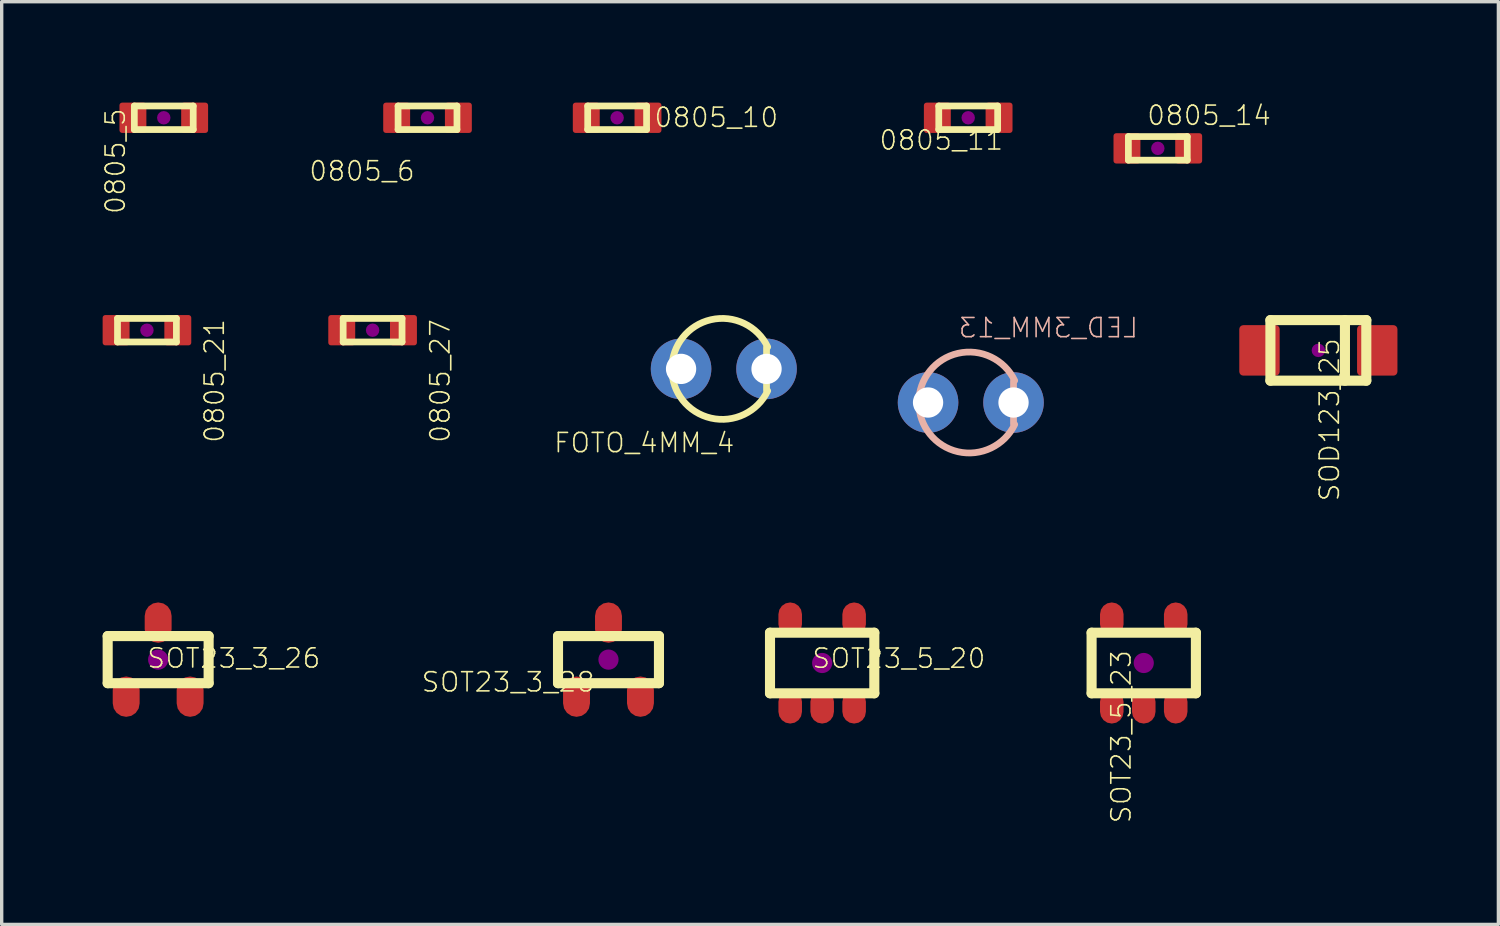
<source format=kicad_pcb>
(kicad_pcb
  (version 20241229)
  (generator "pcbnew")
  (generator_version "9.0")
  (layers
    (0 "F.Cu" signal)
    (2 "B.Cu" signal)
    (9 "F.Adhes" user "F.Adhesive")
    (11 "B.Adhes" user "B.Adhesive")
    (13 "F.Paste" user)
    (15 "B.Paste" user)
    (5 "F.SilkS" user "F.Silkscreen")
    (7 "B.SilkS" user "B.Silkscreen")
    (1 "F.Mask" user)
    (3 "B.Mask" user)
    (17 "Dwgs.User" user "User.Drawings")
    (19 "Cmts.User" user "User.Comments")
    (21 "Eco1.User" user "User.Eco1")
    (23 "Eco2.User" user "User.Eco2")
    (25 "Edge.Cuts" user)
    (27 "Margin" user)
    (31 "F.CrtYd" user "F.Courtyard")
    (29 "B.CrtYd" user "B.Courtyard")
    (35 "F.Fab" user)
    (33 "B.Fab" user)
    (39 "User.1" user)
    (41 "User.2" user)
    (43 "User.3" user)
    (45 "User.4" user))
  (footprint "SOT23_3_26"
    (layer "F.Cu")
    (at 1.65 16.553)
    (property "Reference" "SOT23_3_26" (at -0.362 0.291 0) (layer "F.SilkS") (effects (font (size 0.57 0.57) (thickness 0.048)) (justify left bottom)))
    (attr through_hole)
    (fp_poly (pts (xy -1.35 1.3) (xy -1.32 1.453) (xy -1.233 1.583) (xy -1.103 1.67) (xy -0.95 1.7) (xy -0.797 1.67) (xy -0.667 1.583) (xy -0.58 1.453) (xy -0.55 1.3) (xy -0.55 0.9) (xy -0.58 0.747) (xy -0.667 0.617) (xy -0.797 0.53) (xy -0.95 0.5) (xy -1.103 0.53) (xy -1.233 0.617) (xy -1.32 0.747) (xy -1.35 0.9)) (stroke (width 0) (type solid)) (fill yes) (layer "F.Cu"))
    (fp_poly (pts (xy -0.4 -0.9) (xy -0.37 -0.747) (xy -0.283 -0.617) (xy -0.153 -0.53) (xy 0 -0.5) (xy 0.153 -0.53) (xy 0.283 -0.617) (xy 0.37 -0.747) (xy 0.4 -0.9) (xy 0.4 -1.3) (xy 0.37 -1.453) (xy 0.283 -1.583) (xy 0.153 -1.67) (xy 0 -1.7) (xy -0.153 -1.67) (xy -0.283 -1.583) (xy -0.37 -1.453) (xy -0.4 -1.3)) (stroke (width 0) (type solid)) (fill yes) (layer "F.Cu"))
    (fp_poly (pts (xy 0.55 1.3) (xy 0.58 1.453) (xy 0.667 1.583) (xy 0.797 1.67) (xy 0.95 1.7) (xy 1.103 1.67) (xy 1.233 1.583) (xy 1.32 1.453) (xy 1.35 1.3) (xy 1.35 0.9) (xy 1.32 0.747) (xy 1.233 0.617) (xy 1.103 0.53) (xy 0.95 0.5) (xy 0.797 0.53) (xy 0.667 0.617) (xy 0.58 0.747) (xy 0.55 0.9)) (stroke (width 0) (type solid)) (fill yes) (layer "F.Cu"))
    (fp_line (start -1.5 -0.7) (end 1.5 -0.7) (stroke (width 0.3) (type solid)) (layer "F.SilkS"))
    (fp_line (start -1.5 0.7) (end -1.5 -0.7) (stroke (width 0.3) (type solid)) (layer "F.SilkS"))
    (fp_line (start 1.5 -0.7) (end 1.5 0.7) (stroke (width 0.3) (type solid)) (layer "F.SilkS"))
    (fp_line (start 1.5 0.7) (end -1.5 0.7) (stroke (width 0.3) (type solid)) (layer "F.SilkS"))
    (fp_circle (center 0 0) (end 0.15 0) (stroke (width 0.3) (type solid)) (fill no) (layer "F.Adhes"))
    (pad "1" smd rect (at -0.95 1.1) (size 0.4 0.6) (layers "F.Cu" "F.Mask"))
    (pad "2" smd rect (at 0.95 1.1) (size 0.4 0.6) (layers "F.Cu" "F.Mask"))
    (pad "3" smd rect (at 0 -1.1) (size 0.4 0.6) (layers "F.Cu" "F.Mask")))
  (footprint "FOTO_4MM_4"
    (layer "F.Cu")
    (at 18.46 7.913)
    (property "Reference" "FOTO_4MM_4" (at 0.354 2.53 0) (layer "F.SilkS") (effects (font (size 0.57 0.57) (thickness 0.048)) (justify right bottom)))
    (attr through_hole)
    (fp_line (start 1.27 -0.635) (end 1.27 0.635) (stroke (width 0.2) (type solid)) (layer "F.SilkS"))
    (fp_arc (start 1.304933 0.651903) (mid -1.545999 0) (end 1.304933 -0.651904) (stroke (width 0.2) (type solid)) (layer "F.SilkS"))
    (pad "1" thru_hole circle (at -1.27 0) (size 1.8 1.8) (drill 0.9) (layers "*.Cu" "*.Mask"))
    (pad "2" thru_hole circle (at 1.27 0) (size 1.8 1.8) (drill 0.9) (layers "*.Cu" "*.Mask")))
  (footprint "SOT23_5_20"
    (layer "F.Cu")
    (at 21.383 16.653)
    (property "Reference" "SOT23_5_20" (at -0.33 0.197 0) (layer "F.SilkS") (effects (font (size 0.57 0.57) (thickness 0.048)) (justify left bottom)))
    (attr through_hole)
    (fp_poly (pts (xy -0.6 -1.45) (xy -0.627 -1.584) (xy -0.703 -1.697) (xy -0.816 -1.773) (xy -0.95 -1.8) (xy -1.084 -1.773) (xy -1.197 -1.697) (xy -1.273 -1.584) (xy -1.3 -1.45) (xy -1.3 -1.15) (xy -1.273 -1.016) (xy -1.197 -0.903) (xy -1.084 -0.827) (xy -0.95 -0.8) (xy -0.816 -0.827) (xy -0.703 -0.903) (xy -0.627 -1.016) (xy -0.6 -1.15)) (stroke (width 0) (type solid)) (fill yes) (layer "F.Cu"))
    (fp_poly (pts (xy -0.6 1.15) (xy -0.627 1.016) (xy -0.703 0.903) (xy -0.816 0.827) (xy -0.95 0.8) (xy -1.084 0.827) (xy -1.197 0.903) (xy -1.273 1.016) (xy -1.3 1.15) (xy -1.3 1.45) (xy -1.273 1.584) (xy -1.197 1.697) (xy -1.084 1.773) (xy -0.95 1.8) (xy -0.816 1.773) (xy -0.703 1.697) (xy -0.627 1.584) (xy -0.6 1.45)) (stroke (width 0) (type solid)) (fill yes) (layer "F.Cu"))
    (fp_poly (pts (xy 0.35 1.15) (xy 0.323 1.016) (xy 0.247 0.903) (xy 0.134 0.827) (xy 0 0.8) (xy -0.134 0.827) (xy -0.247 0.903) (xy -0.323 1.016) (xy -0.35 1.15) (xy -0.35 1.45) (xy -0.323 1.584) (xy -0.247 1.697) (xy -0.134 1.773) (xy 0 1.8) (xy 0.134 1.773) (xy 0.247 1.697) (xy 0.323 1.584) (xy 0.35 1.45)) (stroke (width 0) (type solid)) (fill yes) (layer "F.Cu"))
    (fp_poly (pts (xy 1.3 -1.45) (xy 1.273 -1.584) (xy 1.197 -1.697) (xy 1.084 -1.773) (xy 0.95 -1.8) (xy 0.816 -1.773) (xy 0.703 -1.697) (xy 0.627 -1.584) (xy 0.6 -1.45) (xy 0.6 -1.15) (xy 0.627 -1.016) (xy 0.703 -0.903) (xy 0.816 -0.827) (xy 0.95 -0.8) (xy 1.084 -0.827) (xy 1.197 -0.903) (xy 1.273 -1.016) (xy 1.3 -1.15)) (stroke (width 0) (type solid)) (fill yes) (layer "F.Cu"))
    (fp_poly (pts (xy 1.3 1.15) (xy 1.273 1.016) (xy 1.197 0.903) (xy 1.084 0.827) (xy 0.95 0.8) (xy 0.816 0.827) (xy 0.703 0.903) (xy 0.627 1.016) (xy 0.6 1.15) (xy 0.6 1.45) (xy 0.627 1.584) (xy 0.703 1.697) (xy 0.816 1.773) (xy 0.95 1.8) (xy 1.084 1.773) (xy 1.197 1.697) (xy 1.273 1.584) (xy 1.3 1.45)) (stroke (width 0) (type solid)) (fill yes) (layer "F.Cu"))
    (fp_line (start -1.55 -0.9) (end 1.55 -0.9) (stroke (width 0.3) (type solid)) (layer "F.SilkS"))
    (fp_line (start -1.55 0.9) (end -1.55 -0.9) (stroke (width 0.3) (type solid)) (layer "F.SilkS"))
    (fp_line (start 1.55 -0.9) (end 1.55 0.9) (stroke (width 0.3) (type solid)) (layer "F.SilkS"))
    (fp_line (start 1.55 0.9) (end -1.55 0.9) (stroke (width 0.3) (type solid)) (layer "F.SilkS"))
    (fp_circle (center 0 0) (end 0.15 0) (stroke (width 0.3) (type solid)) (fill no) (layer "F.Adhes"))
    (pad "1" smd rect (at -0.95 1.3 180) (size 0.35 0.5) (layers "F.Cu" "F.Mask"))
    (pad "2" smd rect (at 0 1.3 180) (size 0.35 0.5) (layers "F.Cu" "F.Mask"))
    (pad "3" smd rect (at 0.95 1.3 180) (size 0.35 0.5) (layers "F.Cu" "F.Mask"))
    (pad "4" smd rect (at 0.95 -1.3 180) (size 0.35 0.5) (layers "F.Cu" "F.Mask"))
    (pad "5" smd rect (at -0.95 -1.3 180) (size 0.35 0.5) (layers "F.Cu" "F.Mask")))
  (footprint "LED_3MM_13"
    (layer "F.Cu")
    (at 25.8 8.912)
    (property "Reference" "LED_3MM_13" (at -0.398 -1.885 0) (layer "B.SilkS") (effects (font (size 0.57 0.57) (thickness 0.048)) (justify right bottom mirror)))
    (attr through_hole)
    (fp_line (start 1.27 -0.635) (end 1.27 0.635) (stroke (width 0.2) (type solid)) (layer "B.SilkS"))
    (fp_arc (start 1.304933 0.651904) (mid -1.546 -0.000002) (end 1.304934 -0.651904) (stroke (width 0.2) (type solid)) (layer "B.SilkS"))
    (pad "1" thru_hole circle (at 1.27 0) (size 1.8 1.8) (drill 0.9) (layers "*.Cu" "*.Mask"))
    (pad "2" thru_hole circle (at -1.27 0) (size 1.8 1.8) (drill 0.9) (layers "*.Cu" "*.Mask")))
  (footprint "SOT23_5_23"
    (layer "F.Cu")
    (at 30.94 16.653)
    (property "Reference" "SOT23_5_23" (at -0.338 -0.419 90) (layer "F.SilkS") (effects (font (size 0.57 0.57) (thickness 0.048)) (justify right bottom)))
    (attr through_hole)
    (fp_poly (pts (xy -0.6 -1.45) (xy -0.627 -1.584) (xy -0.703 -1.697) (xy -0.816 -1.773) (xy -0.95 -1.8) (xy -1.084 -1.773) (xy -1.197 -1.697) (xy -1.273 -1.584) (xy -1.3 -1.45) (xy -1.3 -1.15) (xy -1.273 -1.016) (xy -1.197 -0.903) (xy -1.084 -0.827) (xy -0.95 -0.8) (xy -0.816 -0.827) (xy -0.703 -0.903) (xy -0.627 -1.016) (xy -0.6 -1.15)) (stroke (width 0) (type solid)) (fill yes) (layer "F.Cu"))
    (fp_poly (pts (xy -0.6 1.15) (xy -0.627 1.016) (xy -0.703 0.903) (xy -0.816 0.827) (xy -0.95 0.8) (xy -1.084 0.827) (xy -1.197 0.903) (xy -1.273 1.016) (xy -1.3 1.15) (xy -1.3 1.45) (xy -1.273 1.584) (xy -1.197 1.697) (xy -1.084 1.773) (xy -0.95 1.8) (xy -0.816 1.773) (xy -0.703 1.697) (xy -0.627 1.584) (xy -0.6 1.45)) (stroke (width 0) (type solid)) (fill yes) (layer "F.Cu"))
    (fp_poly (pts (xy 0.35 1.15) (xy 0.323 1.016) (xy 0.247 0.903) (xy 0.134 0.827) (xy 0 0.8) (xy -0.134 0.827) (xy -0.247 0.903) (xy -0.323 1.016) (xy -0.35 1.15) (xy -0.35 1.45) (xy -0.323 1.584) (xy -0.247 1.697) (xy -0.134 1.773) (xy 0 1.8) (xy 0.134 1.773) (xy 0.247 1.697) (xy 0.323 1.584) (xy 0.35 1.45)) (stroke (width 0) (type solid)) (fill yes) (layer "F.Cu"))
    (fp_poly (pts (xy 1.3 -1.45) (xy 1.273 -1.584) (xy 1.197 -1.697) (xy 1.084 -1.773) (xy 0.95 -1.8) (xy 0.816 -1.773) (xy 0.703 -1.697) (xy 0.627 -1.584) (xy 0.6 -1.45) (xy 0.6 -1.15) (xy 0.627 -1.016) (xy 0.703 -0.903) (xy 0.816 -0.827) (xy 0.95 -0.8) (xy 1.084 -0.827) (xy 1.197 -0.903) (xy 1.273 -1.016) (xy 1.3 -1.15)) (stroke (width 0) (type solid)) (fill yes) (layer "F.Cu"))
    (fp_poly (pts (xy 1.3 1.15) (xy 1.273 1.016) (xy 1.197 0.903) (xy 1.084 0.827) (xy 0.95 0.8) (xy 0.816 0.827) (xy 0.703 0.903) (xy 0.627 1.016) (xy 0.6 1.15) (xy 0.6 1.45) (xy 0.627 1.584) (xy 0.703 1.697) (xy 0.816 1.773) (xy 0.95 1.8) (xy 1.084 1.773) (xy 1.197 1.697) (xy 1.273 1.584) (xy 1.3 1.45)) (stroke (width 0) (type solid)) (fill yes) (layer "F.Cu"))
    (fp_line (start -1.55 -0.9) (end 1.55 -0.9) (stroke (width 0.3) (type solid)) (layer "F.SilkS"))
    (fp_line (start -1.55 0.9) (end -1.55 -0.9) (stroke (width 0.3) (type solid)) (layer "F.SilkS"))
    (fp_line (start 1.55 -0.9) (end 1.55 0.9) (stroke (width 0.3) (type solid)) (layer "F.SilkS"))
    (fp_line (start 1.55 0.9) (end -1.55 0.9) (stroke (width 0.3) (type solid)) (layer "F.SilkS"))
    (fp_circle (center 0 0) (end 0.15 0) (stroke (width 0.3) (type solid)) (fill no) (layer "F.Adhes"))
    (pad "1" smd rect (at -0.95 1.3 180) (size 0.35 0.5) (layers "F.Cu" "F.Mask"))
    (pad "2" smd rect (at 0 1.3 180) (size 0.35 0.5) (layers "F.Cu" "F.Mask"))
    (pad "3" smd rect (at 0.95 1.3 180) (size 0.35 0.5) (layers "F.Cu" "F.Mask"))
    (pad "4" smd rect (at 0.95 -1.3 180) (size 0.35 0.5) (layers "F.Cu" "F.Mask"))
    (pad "5" smd rect (at -0.95 -1.3 180) (size 0.35 0.5) (layers "F.Cu" "F.Mask")))
  (footprint "0805_10"
    (layer "F.Cu")
    (at 15.29 0.45)
    (property "Reference" "0805_10" (at 1.069 0.326 0) (layer "F.SilkS") (effects (font (size 0.57 0.57) (thickness 0.048)) (justify left bottom)))
    (attr through_hole)
    (fp_line (start -0.875 -0.35) (end -0.875 0.35) (stroke (width 0.2) (type solid)) (layer "F.SilkS"))
    (fp_line (start -0.875 0.35) (end 0.875 0.35) (stroke (width 0.2) (type solid)) (layer "F.SilkS"))
    (fp_line (start 0.875 -0.35) (end -0.875 -0.35) (stroke (width 0.2) (type solid)) (layer "F.SilkS"))
    (fp_line (start 0.875 -0.35) (end 0.875 0.35) (stroke (width 0.2) (type solid)) (layer "F.SilkS"))
    (fp_circle (center 0 0) (end 0.1 0) (stroke (width 0.2) (type solid)) (fill no) (layer "F.Adhes"))
    (pad "1" smd roundrect (at 0.917 0 270) (size 0.9 0.8) (layers "F.Cu" "F.Mask") (roundrect_rratio 0.1))
    (pad "2" smd roundrect (at -0.917 0 270) (size 0.9 0.8) (layers "F.Cu" "F.Mask") (roundrect_rratio 0.1)))
  (footprint "0805_27"
    (layer "F.Cu")
    (at 8.023 6.763)
    (property "Reference" "0805_27" (at 1.673 -0.371 90) (layer "F.SilkS") (effects (font (size 0.57 0.57) (thickness 0.048)) (justify right top)))
    (attr through_hole)
    (fp_line (start -0.875 -0.35) (end -0.875 0.35) (stroke (width 0.2) (type solid)) (layer "F.SilkS"))
    (fp_line (start -0.875 0.35) (end 0.875 0.35) (stroke (width 0.2) (type solid)) (layer "F.SilkS"))
    (fp_line (start 0.875 -0.35) (end -0.875 -0.35) (stroke (width 0.2) (type solid)) (layer "F.SilkS"))
    (fp_line (start 0.875 -0.35) (end 0.875 0.35) (stroke (width 0.2) (type solid)) (layer "F.SilkS"))
    (fp_circle (center 0 0) (end 0.1 0) (stroke (width 0.2) (type solid)) (fill no) (layer "F.Adhes"))
    (pad "1" smd roundrect (at 0.917 0 270) (size 0.9 0.8) (layers "F.Cu" "F.Mask") (roundrect_rratio 0.1))
    (pad "2" smd roundrect (at -0.917 0 270) (size 0.9 0.8) (layers "F.Cu" "F.Mask") (roundrect_rratio 0.1)))
  (footprint "SOD123_25"
    (layer "F.Cu")
    (at 36.129 7.363)
    (property "Reference" "SOD123_25" (at -0.001 -0.399 90) (layer "F.SilkS") (effects (font (size 0.57 0.57) (thickness 0.048)) (justify right top)))
    (attr through_hole)
    (fp_line (start -1.425 -0.9) (end 1.425 -0.9) (stroke (width 0.3) (type solid)) (layer "F.SilkS"))
    (fp_line (start -1.425 0.9) (end -1.425 -0.9) (stroke (width 0.3) (type solid)) (layer "F.SilkS"))
    (fp_line (start 0.79 -0.9) (end 0.79 0.9) (stroke (width 0.3) (type solid)) (layer "F.SilkS"))
    (fp_line (start 1.425 -0.9) (end 1.425 0.9) (stroke (width 0.3) (type solid)) (layer "F.SilkS"))
    (fp_line (start 1.425 0.9) (end -1.425 0.9) (stroke (width 0.3) (type solid)) (layer "F.SilkS"))
    (fp_circle (center 0 0) (end 0.1 0) (stroke (width 0.2) (type solid)) (fill no) (layer "F.Adhes"))
    (pad "1" smd roundrect (at 1.75 0) (size 1.2 1.5) (layers "F.Cu" "F.Mask") (roundrect_rratio 0.1))
    (pad "2" smd roundrect (at -1.75 0) (size 1.2 1.5) (layers "F.Cu" "F.Mask") (roundrect_rratio 0.1)))
  (footprint "0805_14"
    (layer "F.Cu")
    (at 31.358 1.359)
    (property "Reference" "0805_14" (at -0.354 -0.644 0) (layer "F.SilkS") (effects (font (size 0.57 0.57) (thickness 0.048)) (justify left bottom)))
    (attr through_hole)
    (fp_line (start -0.875 -0.35) (end -0.875 0.35) (stroke (width 0.2) (type solid)) (layer "F.SilkS"))
    (fp_line (start -0.875 0.35) (end 0.875 0.35) (stroke (width 0.2) (type solid)) (layer "F.SilkS"))
    (fp_line (start 0.875 -0.35) (end -0.875 -0.35) (stroke (width 0.2) (type solid)) (layer "F.SilkS"))
    (fp_line (start 0.875 -0.35) (end 0.875 0.35) (stroke (width 0.2) (type solid)) (layer "F.SilkS"))
    (fp_circle (center 0 0) (end 0.1 0) (stroke (width 0.2) (type solid)) (fill no) (layer "F.Adhes"))
    (pad "1" smd roundrect (at 0.917 0 270) (size 0.9 0.8) (layers "F.Cu" "F.Mask") (roundrect_rratio 0.1))
    (pad "2" smd roundrect (at -0.917 0 270) (size 0.9 0.8) (layers "F.Cu" "F.Mask") (roundrect_rratio 0.1)))
  (footprint "0805_11"
    (layer "F.Cu")
    (at 25.723 0.45)
    (property "Reference" "0805_11" (at 1.078 0.333 0) (layer "F.SilkS") (effects (font (size 0.57 0.57) (thickness 0.048)) (justify right top)))
    (attr through_hole)
    (fp_line (start -0.875 -0.35) (end -0.875 0.35) (stroke (width 0.2) (type solid)) (layer "F.SilkS"))
    (fp_line (start -0.875 0.35) (end 0.875 0.35) (stroke (width 0.2) (type solid)) (layer "F.SilkS"))
    (fp_line (start 0.875 -0.35) (end -0.875 -0.35) (stroke (width 0.2) (type solid)) (layer "F.SilkS"))
    (fp_line (start 0.875 -0.35) (end 0.875 0.35) (stroke (width 0.2) (type solid)) (layer "F.SilkS"))
    (fp_circle (center 0 0) (end 0.1 0) (stroke (width 0.2) (type solid)) (fill no) (layer "F.Adhes"))
    (pad "1" smd roundrect (at 0.917 0 270) (size 0.9 0.8) (layers "F.Cu" "F.Mask") (roundrect_rratio 0.1))
    (pad "2" smd roundrect (at -0.917 0 270) (size 0.9 0.8) (layers "F.Cu" "F.Mask") (roundrect_rratio 0.1)))
  (footprint "0805_5"
    (layer "F.Cu")
    (at 1.817 0.45)
    (property "Reference" "0805_5" (at -1.103 -0.315 90) (layer "F.SilkS") (effects (font (size 0.57 0.57) (thickness 0.048)) (justify right bottom)))
    (attr through_hole)
    (fp_line (start -0.875 -0.35) (end -0.875 0.35) (stroke (width 0.2) (type solid)) (layer "F.SilkS"))
    (fp_line (start -0.875 0.35) (end 0.875 0.35) (stroke (width 0.2) (type solid)) (layer "F.SilkS"))
    (fp_line (start 0.875 -0.35) (end -0.875 -0.35) (stroke (width 0.2) (type solid)) (layer "F.SilkS"))
    (fp_line (start 0.875 -0.35) (end 0.875 0.35) (stroke (width 0.2) (type solid)) (layer "F.SilkS"))
    (fp_circle (center 0 0) (end 0.1 0) (stroke (width 0.2) (type solid)) (fill no) (layer "F.Adhes"))
    (pad "1" smd roundrect (at 0.917 0 270) (size 0.9 0.8) (layers "F.Cu" "F.Mask") (roundrect_rratio 0.1))
    (pad "2" smd roundrect (at -0.917 0 270) (size 0.9 0.8) (layers "F.Cu" "F.Mask") (roundrect_rratio 0.1)))
  (footprint "SOT23_3_28"
    (layer "F.Cu")
    (at 15.033 16.553)
    (property "Reference" "SOT23_3_28" (at -0.371 0.333 0) (layer "F.SilkS") (effects (font (size 0.57 0.57) (thickness 0.048)) (justify right top)))
    (attr through_hole)
    (fp_poly (pts (xy -1.35 1.3) (xy -1.32 1.453) (xy -1.233 1.583) (xy -1.103 1.67) (xy -0.95 1.7) (xy -0.797 1.67) (xy -0.667 1.583) (xy -0.58 1.453) (xy -0.55 1.3) (xy -0.55 0.9) (xy -0.58 0.747) (xy -0.667 0.617) (xy -0.797 0.53) (xy -0.95 0.5) (xy -1.103 0.53) (xy -1.233 0.617) (xy -1.32 0.747) (xy -1.35 0.9)) (stroke (width 0) (type solid)) (fill yes) (layer "F.Cu"))
    (fp_poly (pts (xy -0.4 -0.9) (xy -0.37 -0.747) (xy -0.283 -0.617) (xy -0.153 -0.53) (xy 0 -0.5) (xy 0.153 -0.53) (xy 0.283 -0.617) (xy 0.37 -0.747) (xy 0.4 -0.9) (xy 0.4 -1.3) (xy 0.37 -1.453) (xy 0.283 -1.583) (xy 0.153 -1.67) (xy 0 -1.7) (xy -0.153 -1.67) (xy -0.283 -1.583) (xy -0.37 -1.453) (xy -0.4 -1.3)) (stroke (width 0) (type solid)) (fill yes) (layer "F.Cu"))
    (fp_poly (pts (xy 0.55 1.3) (xy 0.58 1.453) (xy 0.667 1.583) (xy 0.797 1.67) (xy 0.95 1.7) (xy 1.103 1.67) (xy 1.233 1.583) (xy 1.32 1.453) (xy 1.35 1.3) (xy 1.35 0.9) (xy 1.32 0.747) (xy 1.233 0.617) (xy 1.103 0.53) (xy 0.95 0.5) (xy 0.797 0.53) (xy 0.667 0.617) (xy 0.58 0.747) (xy 0.55 0.9)) (stroke (width 0) (type solid)) (fill yes) (layer "F.Cu"))
    (fp_line (start -1.5 -0.7) (end 1.5 -0.7) (stroke (width 0.3) (type solid)) (layer "F.SilkS"))
    (fp_line (start -1.5 0.7) (end -1.5 -0.7) (stroke (width 0.3) (type solid)) (layer "F.SilkS"))
    (fp_line (start 1.5 -0.7) (end 1.5 0.7) (stroke (width 0.3) (type solid)) (layer "F.SilkS"))
    (fp_line (start 1.5 0.7) (end -1.5 0.7) (stroke (width 0.3) (type solid)) (layer "F.SilkS"))
    (fp_circle (center 0 0) (end 0.15 0) (stroke (width 0.3) (type solid)) (fill no) (layer "F.Adhes"))
    (pad "1" smd rect (at -0.95 1.1) (size 0.4 0.6) (layers "F.Cu" "F.Mask"))
    (pad "2" smd rect (at 0.95 1.1) (size 0.4 0.6) (layers "F.Cu" "F.Mask"))
    (pad "3" smd rect (at 0 -1.1) (size 0.4 0.6) (layers "F.Cu" "F.Mask")))
  (footprint "0805_21"
    (layer "F.Cu")
    (at 1.317 6.763)
    (property "Reference" "0805_21" (at 1.673 -0.371 90) (layer "F.SilkS") (effects (font (size 0.57 0.57) (thickness 0.048)) (justify right top)))
    (attr through_hole)
    (fp_line (start -0.875 -0.35) (end -0.875 0.35) (stroke (width 0.2) (type solid)) (layer "F.SilkS"))
    (fp_line (start -0.875 0.35) (end 0.875 0.35) (stroke (width 0.2) (type solid)) (layer "F.SilkS"))
    (fp_line (start 0.875 -0.35) (end -0.875 -0.35) (stroke (width 0.2) (type solid)) (layer "F.SilkS"))
    (fp_line (start 0.875 -0.35) (end 0.875 0.35) (stroke (width 0.2) (type solid)) (layer "F.SilkS"))
    (fp_circle (center 0 0) (end 0.1 0) (stroke (width 0.2) (type solid)) (fill no) (layer "F.Adhes"))
    (pad "1" smd roundrect (at 0.917 0 270) (size 0.9 0.8) (layers "F.Cu" "F.Mask") (roundrect_rratio 0.1))
    (pad "2" smd roundrect (at -0.917 0 270) (size 0.9 0.8) (layers "F.Cu" "F.Mask") (roundrect_rratio 0.1)))
  (footprint "0805_6"
    (layer "F.Cu")
    (at 9.655 0.45)
    (property "Reference" "0805_6" (at -0.341 1.25 0) (layer "F.SilkS") (effects (font (size 0.57 0.57) (thickness 0.048)) (justify right top)))
    (attr through_hole)
    (fp_line (start -0.875 -0.35) (end -0.875 0.35) (stroke (width 0.2) (type solid)) (layer "F.SilkS"))
    (fp_line (start -0.875 0.35) (end 0.875 0.35) (stroke (width 0.2) (type solid)) (layer "F.SilkS"))
    (fp_line (start 0.875 -0.35) (end -0.875 -0.35) (stroke (width 0.2) (type solid)) (layer "F.SilkS"))
    (fp_line (start 0.875 -0.35) (end 0.875 0.35) (stroke (width 0.2) (type solid)) (layer "F.SilkS"))
    (fp_circle (center 0 0) (end 0.1 0) (stroke (width 0.2) (type solid)) (fill no) (layer "F.Adhes"))
    (pad "1" smd roundrect (at 0.917 0 270) (size 0.9 0.8) (layers "F.Cu" "F.Mask") (roundrect_rratio 0.1))
    (pad "2" smd roundrect (at -0.917 0 270) (size 0.9 0.8) (layers "F.Cu" "F.Mask") (roundrect_rratio 0.1)))
  (gr_rect
    (start -3 -3)
    (end 41.479 24.421)
    (stroke (width 0.1) (type default))
    (fill no)
    (layer "Edge.Cuts")))
</source>
